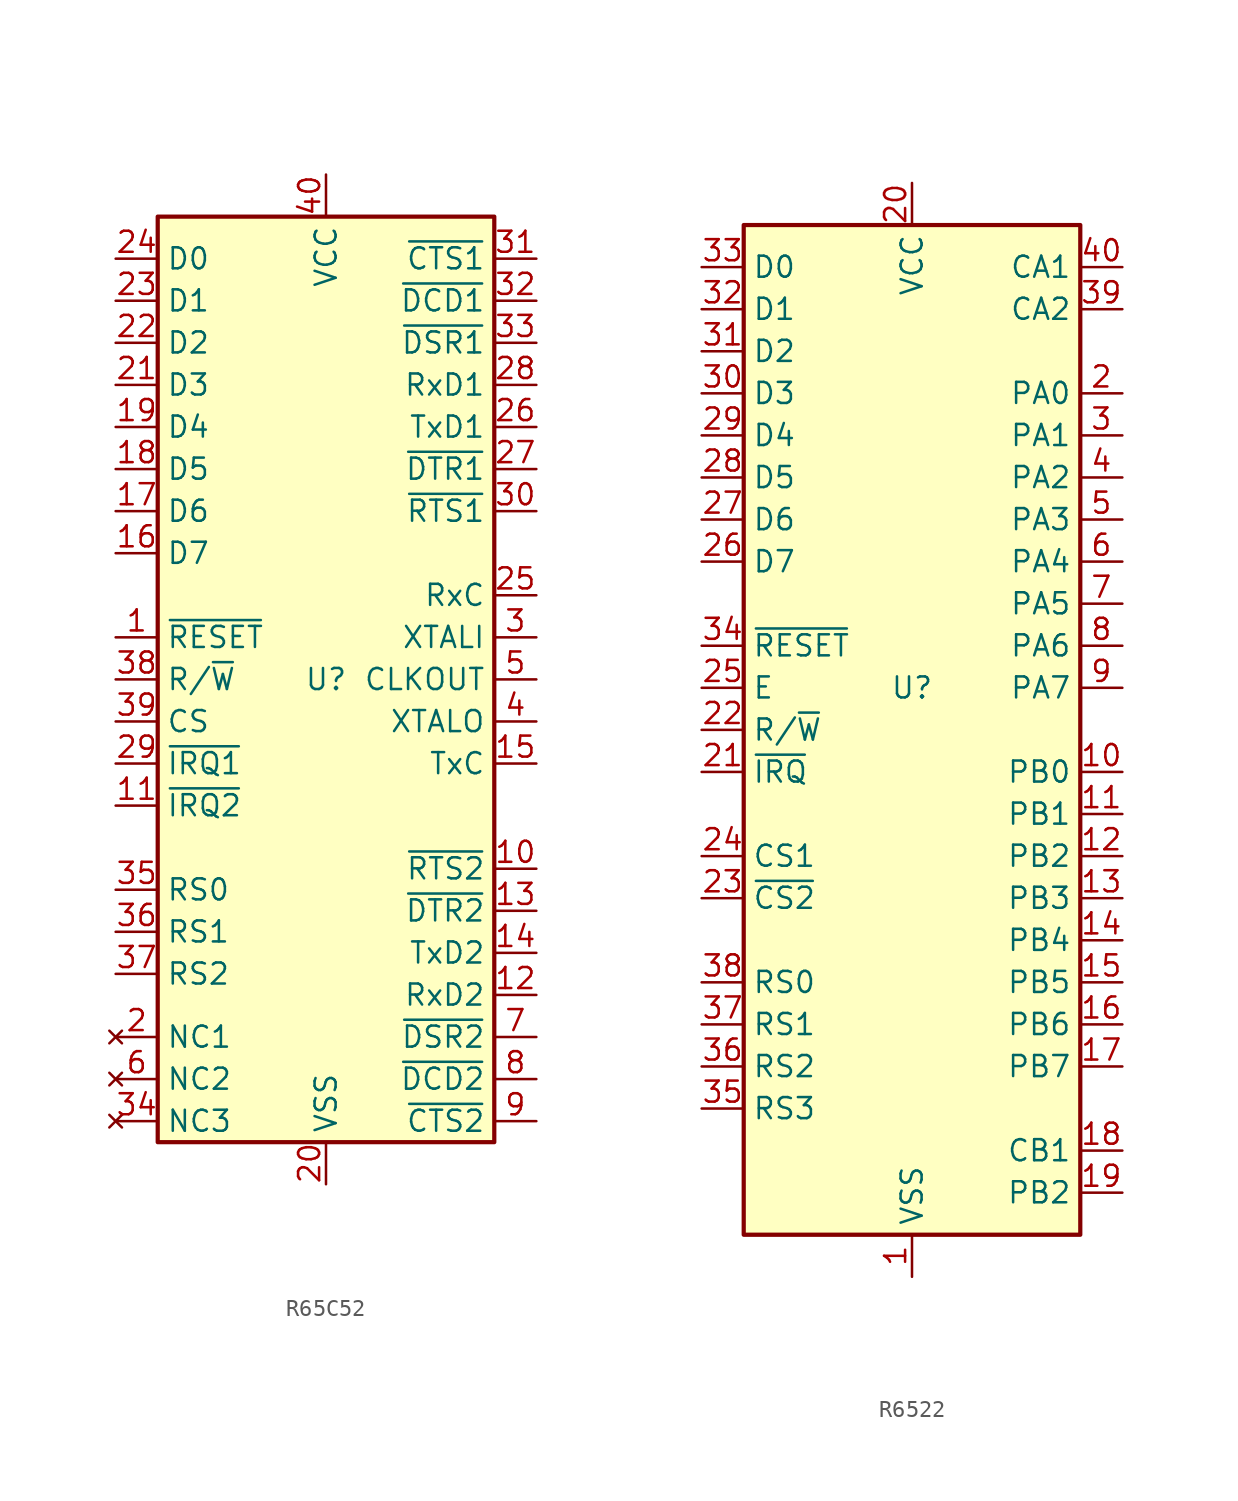
<source format=kicad_sym>
(kicad_symbol_lib
  (version 20231120)
  (generator "kicad_symbol_editor")
  (generator_version "8.0")
  (symbol "R65C52"
    (property "Reference" "U"
      (at 0 0 0)
      (effects (font (size 1.27 1.27))))
    (property "Value" ""
      (at 0 0 0)
      (effects (font (size 1.27 1.27))))
    (symbol "R65C52_0_1"
      (rectangle (start -10.16 27.94) (end 10.16 -27.94) (stroke (width 0.254) (type default)) (fill (type background))))
    (symbol "R65C52_1_1"
      (pin input line (at -12.7 2.54 0) (length 2.54) (name "~{RESET}" (effects (font (size 1.27 1.27)))) (number "1" (effects (font (size 1.27 1.27)))))
      (pin output line (at 12.7 -11.43 180) (length 2.54) (name "~{RTS2}" (effects (font (size 1.27 1.27)))) (number "10" (effects (font (size 1.27 1.27)))))
      (pin open_collector line (at -12.7 -7.62 0) (length 2.54) (name "~{IRQ2}" (effects (font (size 1.27 1.27)))) (number "11" (effects (font (size 1.27 1.27)))))
      (pin input line (at 12.7 -19.05 180) (length 2.54) (name "RxD2" (effects (font (size 1.27 1.27)))) (number "12" (effects (font (size 1.27 1.27)))))
      (pin output line (at 12.7 -13.97 180) (length 2.54) (name "~{DTR2}" (effects (font (size 1.27 1.27)))) (number "13" (effects (font (size 1.27 1.27)))))
      (pin output line (at 12.7 -16.51 180) (length 2.54) (name "TxD2" (effects (font (size 1.27 1.27)))) (number "14" (effects (font (size 1.27 1.27)))))
      (pin input line (at 12.7 -5.08 180) (length 2.54) (name "TxC" (effects (font (size 1.27 1.27)))) (number "15" (effects (font (size 1.27 1.27)))))
      (pin bidirectional line (at -12.7 7.62 0) (length 2.54) (name "D7" (effects (font (size 1.27 1.27)))) (number "16" (effects (font (size 1.27 1.27)))))
      (pin bidirectional line (at -12.7 10.16 0) (length 2.54) (name "D6" (effects (font (size 1.27 1.27)))) (number "17" (effects (font (size 1.27 1.27)))))
      (pin bidirectional line (at -12.7 12.7 0) (length 2.54) (name "D5" (effects (font (size 1.27 1.27)))) (number "18" (effects (font (size 1.27 1.27)))))
      (pin bidirectional line (at -12.7 15.24 0) (length 2.54) (name "D4" (effects (font (size 1.27 1.27)))) (number "19" (effects (font (size 1.27 1.27)))))
      (pin no_connect line (at -12.7 -21.59 0) (length 2.54) (name "NC1" (effects (font (size 1.27 1.27)))) (number "2" (effects (font (size 1.27 1.27)))))
      (pin power_in line (at 0 -30.48 90) (length 2.54) (name "VSS" (effects (font (size 1.27 1.27)))) (number "20" (effects (font (size 1.27 1.27)))))
      (pin bidirectional line (at -12.7 17.78 0) (length 2.54) (name "D3" (effects (font (size 1.27 1.27)))) (number "21" (effects (font (size 1.27 1.27)))))
      (pin bidirectional line (at -12.7 20.32 0) (length 2.54) (name "D2" (effects (font (size 1.27 1.27)))) (number "22" (effects (font (size 1.27 1.27)))))
      (pin bidirectional line (at -12.7 22.86 0) (length 2.54) (name "D1" (effects (font (size 1.27 1.27)))) (number "23" (effects (font (size 1.27 1.27)))))
      (pin bidirectional line (at -12.7 25.4 0) (length 2.54) (name "D0" (effects (font (size 1.27 1.27)))) (number "24" (effects (font (size 1.27 1.27)))))
      (pin input line (at 12.7 5.08 180) (length 2.54) (name "RxC" (effects (font (size 1.27 1.27)))) (number "25" (effects (font (size 1.27 1.27)))))
      (pin output line (at 12.7 15.24 180) (length 2.54) (name "TxD1" (effects (font (size 1.27 1.27)))) (number "26" (effects (font (size 1.27 1.27)))))
      (pin output line (at 12.7 12.7 180) (length 2.54) (name "~{DTR1}" (effects (font (size 1.27 1.27)))) (number "27" (effects (font (size 1.27 1.27)))))
      (pin input line (at 12.7 17.78 180) (length 2.54) (name "RxD1" (effects (font (size 1.27 1.27)))) (number "28" (effects (font (size 1.27 1.27)))))
      (pin open_collector line (at -12.7 -5.08 0) (length 2.54) (name "~{IRQ1}" (effects (font (size 1.27 1.27)))) (number "29" (effects (font (size 1.27 1.27)))))
      (pin input line (at 12.7 2.54 180) (length 2.54) (name "XTALI" (effects (font (size 1.27 1.27)))) (number "3" (effects (font (size 1.27 1.27)))))
      (pin output line (at 12.7 10.16 180) (length 2.54) (name "~{RTS1}" (effects (font (size 1.27 1.27)))) (number "30" (effects (font (size 1.27 1.27)))))
      (pin input line (at 12.7 25.4 180) (length 2.54) (name "~{CTS1}" (effects (font (size 1.27 1.27)))) (number "31" (effects (font (size 1.27 1.27)))))
      (pin input line (at 12.7 22.86 180) (length 2.54) (name "~{DCD1}" (effects (font (size 1.27 1.27)))) (number "32" (effects (font (size 1.27 1.27)))))
      (pin input line (at 12.7 20.32 180) (length 2.54) (name "~{DSR1}" (effects (font (size 1.27 1.27)))) (number "33" (effects (font (size 1.27 1.27)))))
      (pin no_connect line (at -12.7 -26.67 0) (length 2.54) (name "NC3" (effects (font (size 1.27 1.27)))) (number "34" (effects (font (size 1.27 1.27)))))
      (pin input line (at -12.7 -12.7 0) (length 2.54) (name "RS0" (effects (font (size 1.27 1.27)))) (number "35" (effects (font (size 1.27 1.27)))))
      (pin input line (at -12.7 -15.24 0) (length 2.54) (name "RS1" (effects (font (size 1.27 1.27)))) (number "36" (effects (font (size 1.27 1.27)))))
      (pin input line (at -12.7 -17.78 0) (length 2.54) (name "RS2" (effects (font (size 1.27 1.27)))) (number "37" (effects (font (size 1.27 1.27)))))
      (pin input line (at -12.7 0 0) (length 2.54) (name "R/~{W}" (effects (font (size 1.27 1.27)))) (number "38" (effects (font (size 1.27 1.27)))))
      (pin input line (at -12.7 -2.54 0) (length 2.54) (name "CS" (effects (font (size 1.27 1.27)))) (number "39" (effects (font (size 1.27 1.27)))))
      (pin output line (at 12.7 -2.54 180) (length 2.54) (name "XTALO" (effects (font (size 1.27 1.27)))) (number "4" (effects (font (size 1.27 1.27)))))
      (pin power_in line (at 0 30.48 270) (length 2.54) (name "VCC" (effects (font (size 1.27 1.27)))) (number "40" (effects (font (size 1.27 1.27)))))
      (pin output line (at 12.7 0 180) (length 2.54) (name "CLKOUT" (effects (font (size 1.27 1.27)))) (number "5" (effects (font (size 1.27 1.27)))))
      (pin no_connect line (at -12.7 -24.13 0) (length 2.54) (name "NC2" (effects (font (size 1.27 1.27)))) (number "6" (effects (font (size 1.27 1.27)))))
      (pin input line (at 12.7 -21.59 180) (length 2.54) (name "~{DSR2}" (effects (font (size 1.27 1.27)))) (number "7" (effects (font (size 1.27 1.27)))))
      (pin input line (at 12.7 -24.13 180) (length 2.54) (name "~{DCD2}" (effects (font (size 1.27 1.27)))) (number "8" (effects (font (size 1.27 1.27)))))
      (pin input line (at 12.7 -26.67 180) (length 2.54) (name "~{CTS2}" (effects (font (size 1.27 1.27)))) (number "9" (effects (font (size 1.27 1.27)))))))
  (symbol "R6522"
    (property "Reference" "U"
      (at 0 0 0)
      (effects (font (size 1.27 1.27))))
    (property "Value" ""
      (at 0 0 0)
      (effects (font (size 1.27 1.27))))
    (symbol "R6522_0_1"
      (rectangle (start -10.16 27.94) (end 10.16 -33.02) (stroke (width 0.254) (type default)) (fill (type background))))
    (symbol "R6522_1_1"
      (pin power_in line (at 0 -35.56 90) (length 2.54) (name "VSS" (effects (font (size 1.27 1.27)))) (number "1" (effects (font (size 1.27 1.27)))))
      (pin bidirectional line (at 12.7 -5.08 180) (length 2.54) (name "PB0" (effects (font (size 1.27 1.27)))) (number "10" (effects (font (size 1.27 1.27)))))
      (pin bidirectional line (at 12.7 -7.62 180) (length 2.54) (name "PB1" (effects (font (size 1.27 1.27)))) (number "11" (effects (font (size 1.27 1.27)))))
      (pin bidirectional line (at 12.7 -10.16 180) (length 2.54) (name "PB2" (effects (font (size 1.27 1.27)))) (number "12" (effects (font (size 1.27 1.27)))))
      (pin bidirectional line (at 12.7 -12.7 180) (length 2.54) (name "PB3" (effects (font (size 1.27 1.27)))) (number "13" (effects (font (size 1.27 1.27)))))
      (pin bidirectional line (at 12.7 -15.24 180) (length 2.54) (name "PB4" (effects (font (size 1.27 1.27)))) (number "14" (effects (font (size 1.27 1.27)))))
      (pin bidirectional line (at 12.7 -17.78 180) (length 2.54) (name "PB5" (effects (font (size 1.27 1.27)))) (number "15" (effects (font (size 1.27 1.27)))))
      (pin bidirectional line (at 12.7 -20.32 180) (length 2.54) (name "PB6" (effects (font (size 1.27 1.27)))) (number "16" (effects (font (size 1.27 1.27)))))
      (pin bidirectional line (at 12.7 -22.86 180) (length 2.54) (name "PB7" (effects (font (size 1.27 1.27)))) (number "17" (effects (font (size 1.27 1.27)))))
      (pin bidirectional line (at 12.7 -27.94 180) (length 2.54) (name "CB1" (effects (font (size 1.27 1.27)))) (number "18" (effects (font (size 1.27 1.27)))))
      (pin bidirectional line (at 12.7 -30.48 180) (length 2.54) (name "PB2" (effects (font (size 1.27 1.27)))) (number "19" (effects (font (size 1.27 1.27)))))
      (pin bidirectional line (at 12.7 17.78 180) (length 2.54) (name "PA0" (effects (font (size 1.27 1.27)))) (number "2" (effects (font (size 1.27 1.27)))))
      (pin power_in line (at 0 30.48 270) (length 2.54) (name "VCC" (effects (font (size 1.27 1.27)))) (number "20" (effects (font (size 1.27 1.27)))))
      (pin open_collector line (at -12.7 -5.08 0) (length 2.54) (name "~{IRQ}" (effects (font (size 1.27 1.27)))) (number "21" (effects (font (size 1.27 1.27)))))
      (pin input line (at -12.7 -2.54 0) (length 2.54) (name "R/~{W}" (effects (font (size 1.27 1.27)))) (number "22" (effects (font (size 1.27 1.27)))))
      (pin input line (at -12.7 -12.7 0) (length 2.54) (name "~{CS2}" (effects (font (size 1.27 1.27)))) (number "23" (effects (font (size 1.27 1.27)))))
      (pin input line (at -12.7 -10.16 0) (length 2.54) (name "CS1" (effects (font (size 1.27 1.27)))) (number "24" (effects (font (size 1.27 1.27)))))
      (pin input line (at -12.7 0 0) (length 2.54) (name "E" (effects (font (size 1.27 1.27)))) (number "25" (effects (font (size 1.27 1.27)))))
      (pin bidirectional line (at -12.7 7.62 0) (length 2.54) (name "D7" (effects (font (size 1.27 1.27)))) (number "26" (effects (font (size 1.27 1.27)))))
      (pin bidirectional line (at -12.7 10.16 0) (length 2.54) (name "D6" (effects (font (size 1.27 1.27)))) (number "27" (effects (font (size 1.27 1.27)))))
      (pin bidirectional line (at -12.7 12.7 0) (length 2.54) (name "D5" (effects (font (size 1.27 1.27)))) (number "28" (effects (font (size 1.27 1.27)))))
      (pin bidirectional line (at -12.7 15.24 0) (length 2.54) (name "D4" (effects (font (size 1.27 1.27)))) (number "29" (effects (font (size 1.27 1.27)))))
      (pin bidirectional line (at 12.7 15.24 180) (length 2.54) (name "PA1" (effects (font (size 1.27 1.27)))) (number "3" (effects (font (size 1.27 1.27)))))
      (pin bidirectional line (at -12.7 17.78 0) (length 2.54) (name "D3" (effects (font (size 1.27 1.27)))) (number "30" (effects (font (size 1.27 1.27)))))
      (pin bidirectional line (at -12.7 20.32 0) (length 2.54) (name "D2" (effects (font (size 1.27 1.27)))) (number "31" (effects (font (size 1.27 1.27)))))
      (pin bidirectional line (at -12.7 22.86 0) (length 2.54) (name "D1" (effects (font (size 1.27 1.27)))) (number "32" (effects (font (size 1.27 1.27)))))
      (pin bidirectional line (at -12.7 25.4 0) (length 2.54) (name "D0" (effects (font (size 1.27 1.27)))) (number "33" (effects (font (size 1.27 1.27)))))
      (pin input line (at -12.7 2.54 0) (length 2.54) (name "~{RESET}" (effects (font (size 1.27 1.27)))) (number "34" (effects (font (size 1.27 1.27)))))
      (pin input line (at -12.7 -25.4 0) (length 2.54) (name "RS3" (effects (font (size 1.27 1.27)))) (number "35" (effects (font (size 1.27 1.27)))))
      (pin input line (at -12.7 -22.86 0) (length 2.54) (name "RS2" (effects (font (size 1.27 1.27)))) (number "36" (effects (font (size 1.27 1.27)))))
      (pin input line (at -12.7 -20.32 0) (length 2.54) (name "RS1" (effects (font (size 1.27 1.27)))) (number "37" (effects (font (size 1.27 1.27)))))
      (pin input line (at -12.7 -17.78 0) (length 2.54) (name "RS0" (effects (font (size 1.27 1.27)))) (number "38" (effects (font (size 1.27 1.27)))))
      (pin bidirectional line (at 12.7 22.86 180) (length 2.54) (name "CA2" (effects (font (size 1.27 1.27)))) (number "39" (effects (font (size 1.27 1.27)))))
      (pin bidirectional line (at 12.7 12.7 180) (length 2.54) (name "PA2" (effects (font (size 1.27 1.27)))) (number "4" (effects (font (size 1.27 1.27)))))
      (pin input line (at 12.7 25.4 180) (length 2.54) (name "CA1" (effects (font (size 1.27 1.27)))) (number "40" (effects (font (size 1.27 1.27)))))
      (pin bidirectional line (at 12.7 10.16 180) (length 2.54) (name "PA3" (effects (font (size 1.27 1.27)))) (number "5" (effects (font (size 1.27 1.27)))))
      (pin bidirectional line (at 12.7 7.62 180) (length 2.54) (name "PA4" (effects (font (size 1.27 1.27)))) (number "6" (effects (font (size 1.27 1.27)))))
      (pin bidirectional line (at 12.7 5.08 180) (length 2.54) (name "PA5" (effects (font (size 1.27 1.27)))) (number "7" (effects (font (size 1.27 1.27)))))
      (pin bidirectional line (at 12.7 2.54 180) (length 2.54) (name "PA6" (effects (font (size 1.27 1.27)))) (number "8" (effects (font (size 1.27 1.27)))))
      (pin bidirectional line (at 12.7 0 180) (length 2.54) (name "PA7" (effects (font (size 1.27 1.27)))) (number "9" (effects (font (size 1.27 1.27))))))))
</source>
